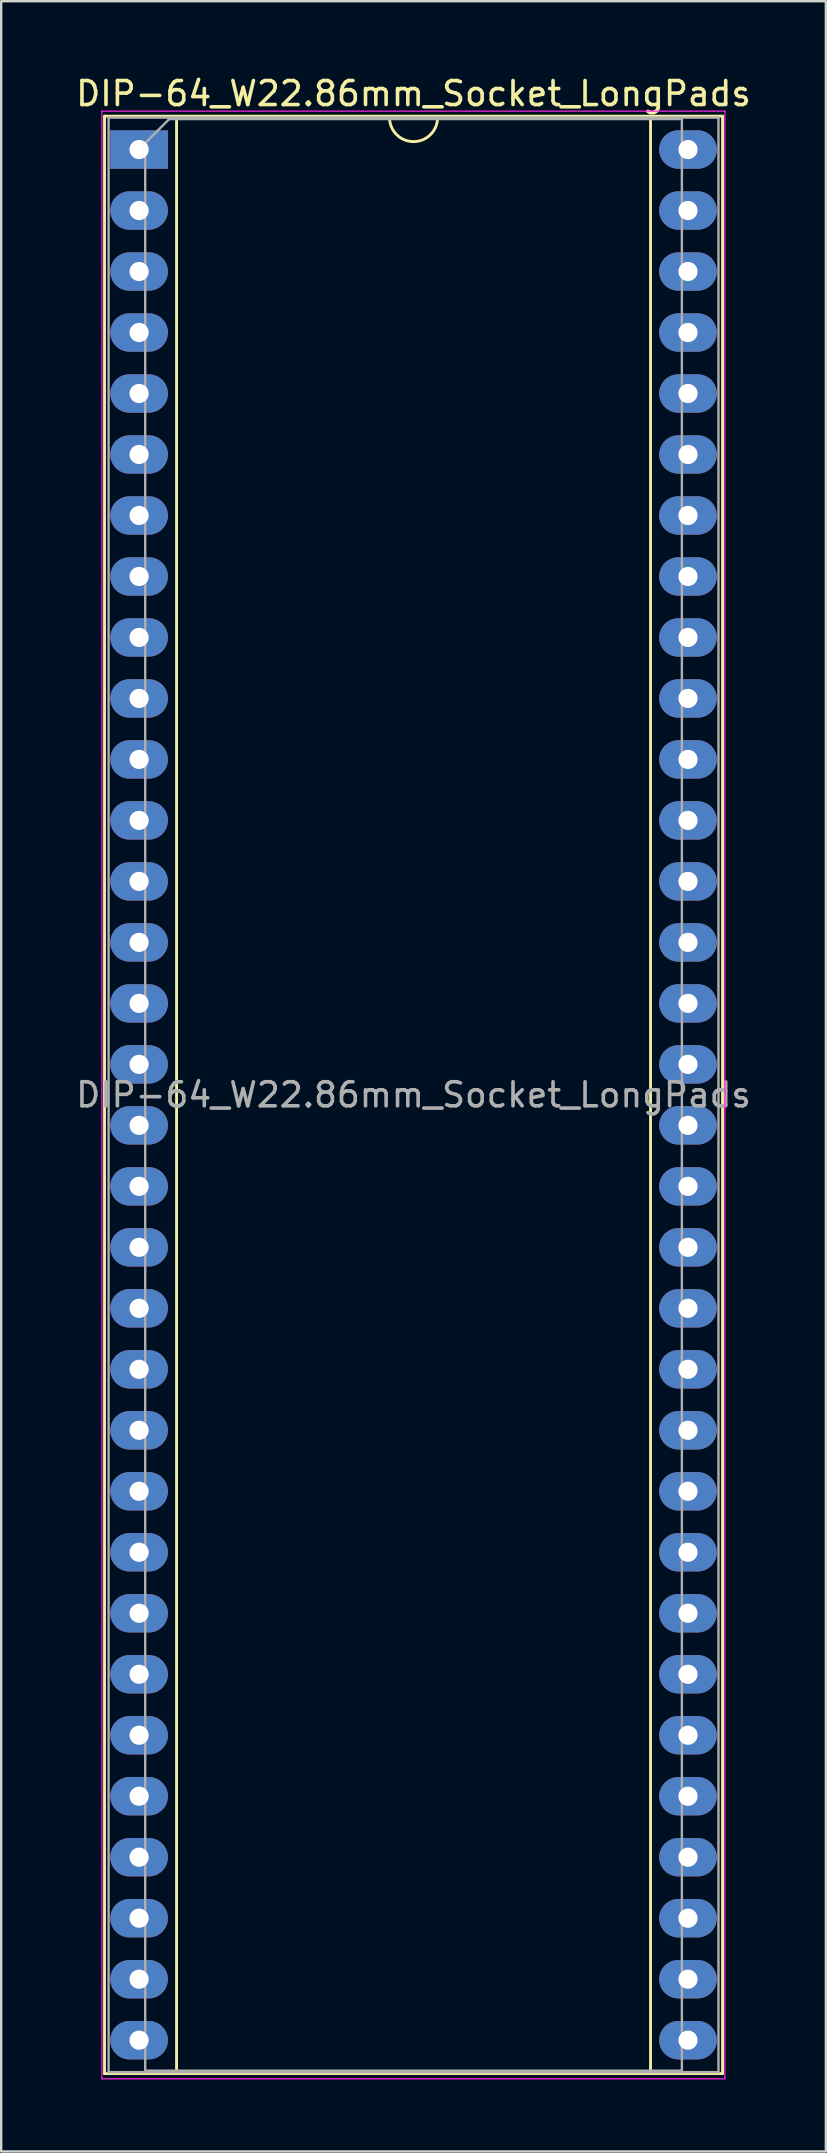
<source format=kicad_pcb>
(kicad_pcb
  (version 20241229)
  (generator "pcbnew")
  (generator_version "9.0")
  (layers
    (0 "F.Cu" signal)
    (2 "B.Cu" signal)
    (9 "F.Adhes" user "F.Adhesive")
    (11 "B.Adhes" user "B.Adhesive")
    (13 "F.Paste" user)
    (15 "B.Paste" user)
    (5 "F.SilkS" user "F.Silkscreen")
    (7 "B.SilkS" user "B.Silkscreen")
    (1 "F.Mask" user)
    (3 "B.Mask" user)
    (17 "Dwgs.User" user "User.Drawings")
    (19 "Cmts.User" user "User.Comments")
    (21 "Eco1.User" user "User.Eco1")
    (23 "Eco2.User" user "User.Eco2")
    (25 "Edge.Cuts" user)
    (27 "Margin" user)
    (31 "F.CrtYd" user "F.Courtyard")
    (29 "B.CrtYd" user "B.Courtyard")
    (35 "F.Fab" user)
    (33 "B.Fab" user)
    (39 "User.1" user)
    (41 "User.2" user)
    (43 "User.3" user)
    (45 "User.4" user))
  (footprint "DIP-64_W22.86mm_Socket_LongPads"
    (layer "F.Cu")
    (at 2.743 3.178)
    (property "Reference" "DIP-64_W22.86mm_Socket_LongPads" (at 11.43 -2.33 0) (layer "F.SilkS") (effects (font (size 1 1) (thickness 0.15))))
    (attr through_hole)
    (fp_line (start -1.44 -1.39) (end -1.44 80.13) (stroke (width 0.12) (type solid)) (layer "F.SilkS"))
    (fp_line (start -1.44 80.13) (end 24.3 80.13) (stroke (width 0.12) (type solid)) (layer "F.SilkS"))
    (fp_line (start 1.56 -1.33) (end 1.56 80.07) (stroke (width 0.12) (type solid)) (layer "F.SilkS"))
    (fp_line (start 1.56 80.07) (end 21.3 80.07) (stroke (width 0.12) (type solid)) (layer "F.SilkS"))
    (fp_line (start 10.43 -1.33) (end 1.56 -1.33) (stroke (width 0.12) (type solid)) (layer "F.SilkS"))
    (fp_line (start 21.3 -1.33) (end 12.43 -1.33) (stroke (width 0.12) (type solid)) (layer "F.SilkS"))
    (fp_line (start 21.3 80.07) (end 21.3 -1.33) (stroke (width 0.12) (type solid)) (layer "F.SilkS"))
    (fp_line (start 24.3 -1.39) (end -1.44 -1.39) (stroke (width 0.12) (type solid)) (layer "F.SilkS"))
    (fp_line (start 24.3 80.13) (end 24.3 -1.39) (stroke (width 0.12) (type solid)) (layer "F.SilkS"))
    (fp_arc (start 12.43 -1.33) (mid 11.43 -0.33) (end 10.43 -1.33) (stroke (width 0.12) (type solid)) (layer "F.SilkS"))
    (fp_line (start -1.55 -1.6) (end -1.55 80.35) (stroke (width 0.05) (type solid)) (layer "F.CrtYd"))
    (fp_line (start -1.55 80.35) (end 24.4 80.35) (stroke (width 0.05) (type solid)) (layer "F.CrtYd"))
    (fp_line (start 24.4 -1.6) (end -1.55 -1.6) (stroke (width 0.05) (type solid)) (layer "F.CrtYd"))
    (fp_line (start 24.4 80.35) (end 24.4 -1.6) (stroke (width 0.05) (type solid)) (layer "F.CrtYd"))
    (fp_line (start -1.27 -1.33) (end -1.27 80.07) (stroke (width 0.1) (type solid)) (layer "F.Fab"))
    (fp_line (start -1.27 80.07) (end 24.13 80.07) (stroke (width 0.1) (type solid)) (layer "F.Fab"))
    (fp_line (start 0.255 -0.27) (end 1.255 -1.27) (stroke (width 0.1) (type solid)) (layer "F.Fab"))
    (fp_line (start 0.255 80.01) (end 0.255 -0.27) (stroke (width 0.1) (type solid)) (layer "F.Fab"))
    (fp_line (start 1.255 -1.27) (end 22.605 -1.27) (stroke (width 0.1) (type solid)) (layer "F.Fab"))
    (fp_line (start 22.605 -1.27) (end 22.605 80.01) (stroke (width 0.1) (type solid)) (layer "F.Fab"))
    (fp_line (start 22.605 80.01) (end 0.255 80.01) (stroke (width 0.1) (type solid)) (layer "F.Fab"))
    (fp_line (start 24.13 -1.33) (end -1.27 -1.33) (stroke (width 0.1) (type solid)) (layer "F.Fab"))
    (fp_line (start 24.13 80.07) (end 24.13 -1.33) (stroke (width 0.1) (type solid)) (layer "F.Fab"))
    (fp_text user "${REFERENCE}" (at 11.43 39.37 0) (layer "F.Fab") (effects (font (size 1 1) (thickness 0.15))))
    (pad "1" thru_hole rect (at 0 0) (size 2.4 1.6) (drill 0.8) (layers "*.Cu" "*.Mask"))
    (pad "2" thru_hole oval (at 0 2.54) (size 2.4 1.6) (drill 0.8) (layers "*.Cu" "*.Mask"))
    (pad "3" thru_hole oval (at 0 5.08) (size 2.4 1.6) (drill 0.8) (layers "*.Cu" "*.Mask"))
    (pad "4" thru_hole oval (at 0 7.62) (size 2.4 1.6) (drill 0.8) (layers "*.Cu" "*.Mask"))
    (pad "5" thru_hole oval (at 0 10.16) (size 2.4 1.6) (drill 0.8) (layers "*.Cu" "*.Mask"))
    (pad "6" thru_hole oval (at 0 12.7) (size 2.4 1.6) (drill 0.8) (layers "*.Cu" "*.Mask"))
    (pad "7" thru_hole oval (at 0 15.24) (size 2.4 1.6) (drill 0.8) (layers "*.Cu" "*.Mask"))
    (pad "8" thru_hole oval (at 0 17.78) (size 2.4 1.6) (drill 0.8) (layers "*.Cu" "*.Mask"))
    (pad "9" thru_hole oval (at 0 20.32) (size 2.4 1.6) (drill 0.8) (layers "*.Cu" "*.Mask"))
    (pad "10" thru_hole oval (at 0 22.86) (size 2.4 1.6) (drill 0.8) (layers "*.Cu" "*.Mask"))
    (pad "11" thru_hole oval (at 0 25.4) (size 2.4 1.6) (drill 0.8) (layers "*.Cu" "*.Mask"))
    (pad "12" thru_hole oval (at 0 27.94) (size 2.4 1.6) (drill 0.8) (layers "*.Cu" "*.Mask"))
    (pad "13" thru_hole oval (at 0 30.48) (size 2.4 1.6) (drill 0.8) (layers "*.Cu" "*.Mask"))
    (pad "14" thru_hole oval (at 0 33.02) (size 2.4 1.6) (drill 0.8) (layers "*.Cu" "*.Mask"))
    (pad "15" thru_hole oval (at 0 35.56) (size 2.4 1.6) (drill 0.8) (layers "*.Cu" "*.Mask"))
    (pad "16" thru_hole oval (at 0 38.1) (size 2.4 1.6) (drill 0.8) (layers "*.Cu" "*.Mask"))
    (pad "17" thru_hole oval (at 0 40.64) (size 2.4 1.6) (drill 0.8) (layers "*.Cu" "*.Mask"))
    (pad "18" thru_hole oval (at 0 43.18) (size 2.4 1.6) (drill 0.8) (layers "*.Cu" "*.Mask"))
    (pad "19" thru_hole oval (at 0 45.72) (size 2.4 1.6) (drill 0.8) (layers "*.Cu" "*.Mask"))
    (pad "20" thru_hole oval (at 0 48.26) (size 2.4 1.6) (drill 0.8) (layers "*.Cu" "*.Mask"))
    (pad "21" thru_hole oval (at 0 50.8) (size 2.4 1.6) (drill 0.8) (layers "*.Cu" "*.Mask"))
    (pad "22" thru_hole oval (at 0 53.34) (size 2.4 1.6) (drill 0.8) (layers "*.Cu" "*.Mask"))
    (pad "23" thru_hole oval (at 0 55.88) (size 2.4 1.6) (drill 0.8) (layers "*.Cu" "*.Mask"))
    (pad "24" thru_hole oval (at 0 58.42) (size 2.4 1.6) (drill 0.8) (layers "*.Cu" "*.Mask"))
    (pad "25" thru_hole oval (at 0 60.96) (size 2.4 1.6) (drill 0.8) (layers "*.Cu" "*.Mask"))
    (pad "26" thru_hole oval (at 0 63.5) (size 2.4 1.6) (drill 0.8) (layers "*.Cu" "*.Mask"))
    (pad "27" thru_hole oval (at 0 66.04) (size 2.4 1.6) (drill 0.8) (layers "*.Cu" "*.Mask"))
    (pad "28" thru_hole oval (at 0 68.58) (size 2.4 1.6) (drill 0.8) (layers "*.Cu" "*.Mask"))
    (pad "29" thru_hole oval (at 0 71.12) (size 2.4 1.6) (drill 0.8) (layers "*.Cu" "*.Mask"))
    (pad "30" thru_hole oval (at 0 73.66) (size 2.4 1.6) (drill 0.8) (layers "*.Cu" "*.Mask"))
    (pad "31" thru_hole oval (at 0 76.2) (size 2.4 1.6) (drill 0.8) (layers "*.Cu" "*.Mask"))
    (pad "32" thru_hole oval (at 0 78.74) (size 2.4 1.6) (drill 0.8) (layers "*.Cu" "*.Mask"))
    (pad "33" thru_hole oval (at 22.86 78.74) (size 2.4 1.6) (drill 0.8) (layers "*.Cu" "*.Mask"))
    (pad "34" thru_hole oval (at 22.86 76.2) (size 2.4 1.6) (drill 0.8) (layers "*.Cu" "*.Mask"))
    (pad "35" thru_hole oval (at 22.86 73.66) (size 2.4 1.6) (drill 0.8) (layers "*.Cu" "*.Mask"))
    (pad "36" thru_hole oval (at 22.86 71.12) (size 2.4 1.6) (drill 0.8) (layers "*.Cu" "*.Mask"))
    (pad "37" thru_hole oval (at 22.86 68.58) (size 2.4 1.6) (drill 0.8) (layers "*.Cu" "*.Mask"))
    (pad "38" thru_hole oval (at 22.86 66.04) (size 2.4 1.6) (drill 0.8) (layers "*.Cu" "*.Mask"))
    (pad "39" thru_hole oval (at 22.86 63.5) (size 2.4 1.6) (drill 0.8) (layers "*.Cu" "*.Mask"))
    (pad "40" thru_hole oval (at 22.86 60.96) (size 2.4 1.6) (drill 0.8) (layers "*.Cu" "*.Mask"))
    (pad "41" thru_hole oval (at 22.86 58.42) (size 2.4 1.6) (drill 0.8) (layers "*.Cu" "*.Mask"))
    (pad "42" thru_hole oval (at 22.86 55.88) (size 2.4 1.6) (drill 0.8) (layers "*.Cu" "*.Mask"))
    (pad "43" thru_hole oval (at 22.86 53.34) (size 2.4 1.6) (drill 0.8) (layers "*.Cu" "*.Mask"))
    (pad "44" thru_hole oval (at 22.86 50.8) (size 2.4 1.6) (drill 0.8) (layers "*.Cu" "*.Mask"))
    (pad "45" thru_hole oval (at 22.86 48.26) (size 2.4 1.6) (drill 0.8) (layers "*.Cu" "*.Mask"))
    (pad "46" thru_hole oval (at 22.86 45.72) (size 2.4 1.6) (drill 0.8) (layers "*.Cu" "*.Mask"))
    (pad "47" thru_hole oval (at 22.86 43.18) (size 2.4 1.6) (drill 0.8) (layers "*.Cu" "*.Mask"))
    (pad "48" thru_hole oval (at 22.86 40.64) (size 2.4 1.6) (drill 0.8) (layers "*.Cu" "*.Mask"))
    (pad "49" thru_hole oval (at 22.86 38.1) (size 2.4 1.6) (drill 0.8) (layers "*.Cu" "*.Mask"))
    (pad "50" thru_hole oval (at 22.86 35.56) (size 2.4 1.6) (drill 0.8) (layers "*.Cu" "*.Mask"))
    (pad "51" thru_hole oval (at 22.86 33.02) (size 2.4 1.6) (drill 0.8) (layers "*.Cu" "*.Mask"))
    (pad "52" thru_hole oval (at 22.86 30.48) (size 2.4 1.6) (drill 0.8) (layers "*.Cu" "*.Mask"))
    (pad "53" thru_hole oval (at 22.86 27.94) (size 2.4 1.6) (drill 0.8) (layers "*.Cu" "*.Mask"))
    (pad "54" thru_hole oval (at 22.86 25.4) (size 2.4 1.6) (drill 0.8) (layers "*.Cu" "*.Mask"))
    (pad "55" thru_hole oval (at 22.86 22.86) (size 2.4 1.6) (drill 0.8) (layers "*.Cu" "*.Mask"))
    (pad "56" thru_hole oval (at 22.86 20.32) (size 2.4 1.6) (drill 0.8) (layers "*.Cu" "*.Mask"))
    (pad "57" thru_hole oval (at 22.86 17.78) (size 2.4 1.6) (drill 0.8) (layers "*.Cu" "*.Mask"))
    (pad "58" thru_hole oval (at 22.86 15.24) (size 2.4 1.6) (drill 0.8) (layers "*.Cu" "*.Mask"))
    (pad "59" thru_hole oval (at 22.86 12.7) (size 2.4 1.6) (drill 0.8) (layers "*.Cu" "*.Mask"))
    (pad "60" thru_hole oval (at 22.86 10.16) (size 2.4 1.6) (drill 0.8) (layers "*.Cu" "*.Mask"))
    (pad "61" thru_hole oval (at 22.86 7.62) (size 2.4 1.6) (drill 0.8) (layers "*.Cu" "*.Mask"))
    (pad "62" thru_hole oval (at 22.86 5.08) (size 2.4 1.6) (drill 0.8) (layers "*.Cu" "*.Mask"))
    (pad "63" thru_hole oval (at 22.86 2.54) (size 2.4 1.6) (drill 0.8) (layers "*.Cu" "*.Mask"))
    (pad "64" thru_hole oval (at 22.86 0) (size 2.4 1.6) (drill 0.8) (layers "*.Cu" "*.Mask")))
  (gr_rect
    (start -3 -3)
    (end 31.345 86.553)
    (stroke (width 0.1) (type default))
    (fill no)
    (layer "Edge.Cuts")))
</source>
